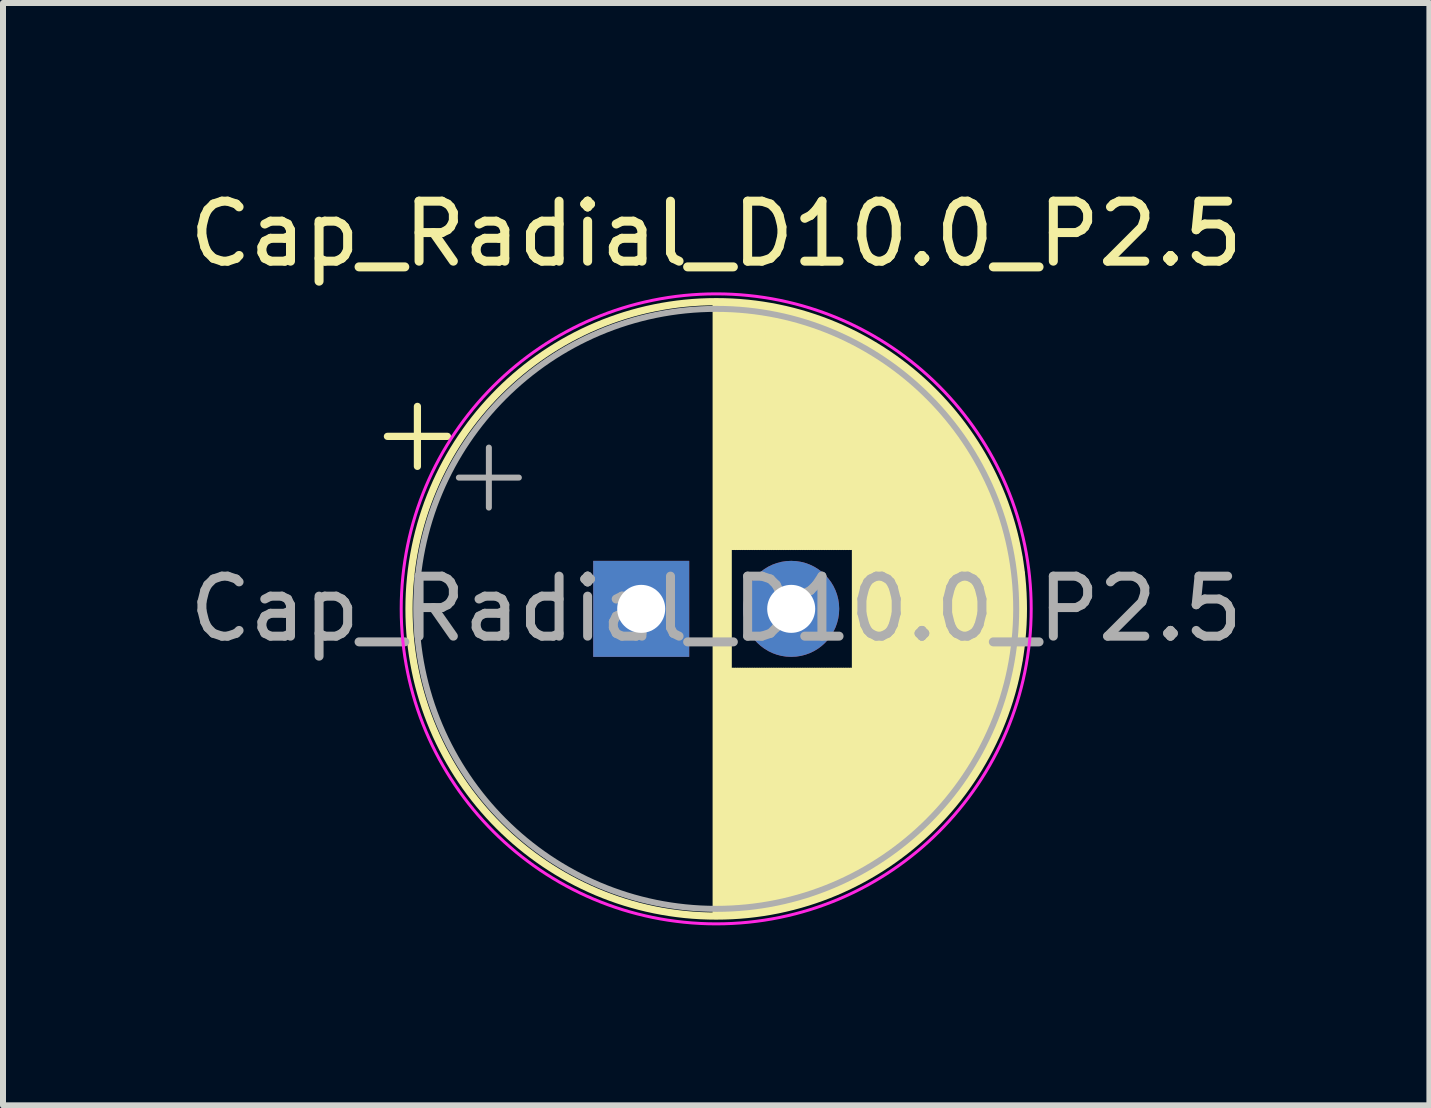
<source format=kicad_pcb>
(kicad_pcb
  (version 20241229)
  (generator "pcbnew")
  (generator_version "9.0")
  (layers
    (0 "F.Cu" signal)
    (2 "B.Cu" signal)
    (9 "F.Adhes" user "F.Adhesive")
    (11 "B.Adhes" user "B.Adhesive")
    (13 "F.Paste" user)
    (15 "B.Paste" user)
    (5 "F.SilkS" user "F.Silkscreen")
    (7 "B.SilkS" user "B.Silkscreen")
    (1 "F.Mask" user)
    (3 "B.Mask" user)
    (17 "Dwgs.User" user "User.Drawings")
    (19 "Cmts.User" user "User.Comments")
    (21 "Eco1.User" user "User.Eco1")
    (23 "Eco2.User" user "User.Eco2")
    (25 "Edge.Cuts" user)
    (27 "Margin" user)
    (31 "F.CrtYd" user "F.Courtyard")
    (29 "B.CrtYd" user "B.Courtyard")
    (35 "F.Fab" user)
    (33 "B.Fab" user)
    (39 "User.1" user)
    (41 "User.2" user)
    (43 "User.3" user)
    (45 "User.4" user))
  (footprint "Cap_Radial_D10.0_P2.5"
    (layer "F.Cu")
    (at 7.637 7.098)
    (property "Reference" "Cap_Radial_D10.0_P2.5" (at 1.25 -6.25 0) (layer "F.SilkS") (effects (font (size 1 1) (thickness 0.15))))
    (fp_line (start -4.23 -2.875) (end -3.23 -2.875) (stroke (width 0.12) (type solid)) (layer "F.SilkS"))
    (fp_line (start -3.73 -3.375) (end -3.73 -2.375) (stroke (width 0.12) (type solid)) (layer "F.SilkS"))
    (fp_line (start 1.25 -5.08) (end 1.25 5.08) (stroke (width 0.12) (type solid)) (layer "F.SilkS"))
    (fp_line (start 1.29 -5.08) (end 1.29 5.08) (stroke (width 0.12) (type solid)) (layer "F.SilkS"))
    (fp_line (start 1.33 -5.08) (end 1.33 5.08) (stroke (width 0.12) (type solid)) (layer "F.SilkS"))
    (fp_line (start 1.37 -5.079) (end 1.37 5.079) (stroke (width 0.12) (type solid)) (layer "F.SilkS"))
    (fp_line (start 1.41 -5.078) (end 1.41 5.078) (stroke (width 0.12) (type solid)) (layer "F.SilkS"))
    (fp_line (start 1.45 -5.077) (end 1.45 5.077) (stroke (width 0.12) (type solid)) (layer "F.SilkS"))
    (fp_line (start 1.49 -5.075) (end 1.49 -1.04) (stroke (width 0.12) (type solid)) (layer "F.SilkS"))
    (fp_line (start 1.49 1.04) (end 1.49 5.075) (stroke (width 0.12) (type solid)) (layer "F.SilkS"))
    (fp_line (start 1.53 -5.073) (end 1.53 -1.04) (stroke (width 0.12) (type solid)) (layer "F.SilkS"))
    (fp_line (start 1.53 1.04) (end 1.53 5.073) (stroke (width 0.12) (type solid)) (layer "F.SilkS"))
    (fp_line (start 1.57 -5.07) (end 1.57 -1.04) (stroke (width 0.12) (type solid)) (layer "F.SilkS"))
    (fp_line (start 1.57 1.04) (end 1.57 5.07) (stroke (width 0.12) (type solid)) (layer "F.SilkS"))
    (fp_line (start 1.61 -5.068) (end 1.61 -1.04) (stroke (width 0.12) (type solid)) (layer "F.SilkS"))
    (fp_line (start 1.61 1.04) (end 1.61 5.068) (stroke (width 0.12) (type solid)) (layer "F.SilkS"))
    (fp_line (start 1.65 -5.065) (end 1.65 -1.04) (stroke (width 0.12) (type solid)) (layer "F.SilkS"))
    (fp_line (start 1.65 1.04) (end 1.65 5.065) (stroke (width 0.12) (type solid)) (layer "F.SilkS"))
    (fp_line (start 1.69 -5.062) (end 1.69 -1.04) (stroke (width 0.12) (type solid)) (layer "F.SilkS"))
    (fp_line (start 1.69 1.04) (end 1.69 5.062) (stroke (width 0.12) (type solid)) (layer "F.SilkS"))
    (fp_line (start 1.73 -5.058) (end 1.73 -1.04) (stroke (width 0.12) (type solid)) (layer "F.SilkS"))
    (fp_line (start 1.73 1.04) (end 1.73 5.058) (stroke (width 0.12) (type solid)) (layer "F.SilkS"))
    (fp_line (start 1.77 -5.054) (end 1.77 -1.04) (stroke (width 0.12) (type solid)) (layer "F.SilkS"))
    (fp_line (start 1.77 1.04) (end 1.77 5.054) (stroke (width 0.12) (type solid)) (layer "F.SilkS"))
    (fp_line (start 1.81 -5.05) (end 1.81 -1.04) (stroke (width 0.12) (type solid)) (layer "F.SilkS"))
    (fp_line (start 1.81 1.04) (end 1.81 5.05) (stroke (width 0.12) (type solid)) (layer "F.SilkS"))
    (fp_line (start 1.85 -5.045) (end 1.85 -1.04) (stroke (width 0.12) (type solid)) (layer "F.SilkS"))
    (fp_line (start 1.85 1.04) (end 1.85 5.045) (stroke (width 0.12) (type solid)) (layer "F.SilkS"))
    (fp_line (start 1.89 -5.04) (end 1.89 -1.04) (stroke (width 0.12) (type solid)) (layer "F.SilkS"))
    (fp_line (start 1.89 1.04) (end 1.89 5.04) (stroke (width 0.12) (type solid)) (layer "F.SilkS"))
    (fp_line (start 1.93 -5.035) (end 1.93 -1.04) (stroke (width 0.12) (type solid)) (layer "F.SilkS"))
    (fp_line (start 1.93 1.04) (end 1.93 5.035) (stroke (width 0.12) (type solid)) (layer "F.SilkS"))
    (fp_line (start 1.971 -5.03) (end 1.971 -1.04) (stroke (width 0.12) (type solid)) (layer "F.SilkS"))
    (fp_line (start 1.971 1.04) (end 1.971 5.03) (stroke (width 0.12) (type solid)) (layer "F.SilkS"))
    (fp_line (start 2.011 -5.024) (end 2.011 -1.04) (stroke (width 0.12) (type solid)) (layer "F.SilkS"))
    (fp_line (start 2.011 1.04) (end 2.011 5.024) (stroke (width 0.12) (type solid)) (layer "F.SilkS"))
    (fp_line (start 2.051 -5.018) (end 2.051 -1.04) (stroke (width 0.12) (type solid)) (layer "F.SilkS"))
    (fp_line (start 2.051 1.04) (end 2.051 5.018) (stroke (width 0.12) (type solid)) (layer "F.SilkS"))
    (fp_line (start 2.091 -5.011) (end 2.091 -1.04) (stroke (width 0.12) (type solid)) (layer "F.SilkS"))
    (fp_line (start 2.091 1.04) (end 2.091 5.011) (stroke (width 0.12) (type solid)) (layer "F.SilkS"))
    (fp_line (start 2.131 -5.004) (end 2.131 -1.04) (stroke (width 0.12) (type solid)) (layer "F.SilkS"))
    (fp_line (start 2.131 1.04) (end 2.131 5.004) (stroke (width 0.12) (type solid)) (layer "F.SilkS"))
    (fp_line (start 2.171 -4.997) (end 2.171 -1.04) (stroke (width 0.12) (type solid)) (layer "F.SilkS"))
    (fp_line (start 2.171 1.04) (end 2.171 4.997) (stroke (width 0.12) (type solid)) (layer "F.SilkS"))
    (fp_line (start 2.211 -4.99) (end 2.211 -1.04) (stroke (width 0.12) (type solid)) (layer "F.SilkS"))
    (fp_line (start 2.211 1.04) (end 2.211 4.99) (stroke (width 0.12) (type solid)) (layer "F.SilkS"))
    (fp_line (start 2.251 -4.982) (end 2.251 -1.04) (stroke (width 0.12) (type solid)) (layer "F.SilkS"))
    (fp_line (start 2.251 1.04) (end 2.251 4.982) (stroke (width 0.12) (type solid)) (layer "F.SilkS"))
    (fp_line (start 2.291 -4.974) (end 2.291 -1.04) (stroke (width 0.12) (type solid)) (layer "F.SilkS"))
    (fp_line (start 2.291 1.04) (end 2.291 4.974) (stroke (width 0.12) (type solid)) (layer "F.SilkS"))
    (fp_line (start 2.331 -4.965) (end 2.331 -1.04) (stroke (width 0.12) (type solid)) (layer "F.SilkS"))
    (fp_line (start 2.331 1.04) (end 2.331 4.965) (stroke (width 0.12) (type solid)) (layer "F.SilkS"))
    (fp_line (start 2.371 -4.956) (end 2.371 -1.04) (stroke (width 0.12) (type solid)) (layer "F.SilkS"))
    (fp_line (start 2.371 1.04) (end 2.371 4.956) (stroke (width 0.12) (type solid)) (layer "F.SilkS"))
    (fp_line (start 2.411 -4.947) (end 2.411 -1.04) (stroke (width 0.12) (type solid)) (layer "F.SilkS"))
    (fp_line (start 2.411 1.04) (end 2.411 4.947) (stroke (width 0.12) (type solid)) (layer "F.SilkS"))
    (fp_line (start 2.451 -4.938) (end 2.451 -1.04) (stroke (width 0.12) (type solid)) (layer "F.SilkS"))
    (fp_line (start 2.451 1.04) (end 2.451 4.938) (stroke (width 0.12) (type solid)) (layer "F.SilkS"))
    (fp_line (start 2.491 -4.928) (end 2.491 -1.04) (stroke (width 0.12) (type solid)) (layer "F.SilkS"))
    (fp_line (start 2.491 1.04) (end 2.491 4.928) (stroke (width 0.12) (type solid)) (layer "F.SilkS"))
    (fp_line (start 2.531 -4.918) (end 2.531 -1.04) (stroke (width 0.12) (type solid)) (layer "F.SilkS"))
    (fp_line (start 2.531 1.04) (end 2.531 4.918) (stroke (width 0.12) (type solid)) (layer "F.SilkS"))
    (fp_line (start 2.571 -4.907) (end 2.571 -1.04) (stroke (width 0.12) (type solid)) (layer "F.SilkS"))
    (fp_line (start 2.571 1.04) (end 2.571 4.907) (stroke (width 0.12) (type solid)) (layer "F.SilkS"))
    (fp_line (start 2.611 -4.897) (end 2.611 -1.04) (stroke (width 0.12) (type solid)) (layer "F.SilkS"))
    (fp_line (start 2.611 1.04) (end 2.611 4.897) (stroke (width 0.12) (type solid)) (layer "F.SilkS"))
    (fp_line (start 2.651 -4.885) (end 2.651 -1.04) (stroke (width 0.12) (type solid)) (layer "F.SilkS"))
    (fp_line (start 2.651 1.04) (end 2.651 4.885) (stroke (width 0.12) (type solid)) (layer "F.SilkS"))
    (fp_line (start 2.691 -4.874) (end 2.691 -1.04) (stroke (width 0.12) (type solid)) (layer "F.SilkS"))
    (fp_line (start 2.691 1.04) (end 2.691 4.874) (stroke (width 0.12) (type solid)) (layer "F.SilkS"))
    (fp_line (start 2.731 -4.862) (end 2.731 -1.04) (stroke (width 0.12) (type solid)) (layer "F.SilkS"))
    (fp_line (start 2.731 1.04) (end 2.731 4.862) (stroke (width 0.12) (type solid)) (layer "F.SilkS"))
    (fp_line (start 2.771 -4.85) (end 2.771 -1.04) (stroke (width 0.12) (type solid)) (layer "F.SilkS"))
    (fp_line (start 2.771 1.04) (end 2.771 4.85) (stroke (width 0.12) (type solid)) (layer "F.SilkS"))
    (fp_line (start 2.811 -4.837) (end 2.811 -1.04) (stroke (width 0.12) (type solid)) (layer "F.SilkS"))
    (fp_line (start 2.811 1.04) (end 2.811 4.837) (stroke (width 0.12) (type solid)) (layer "F.SilkS"))
    (fp_line (start 2.851 -4.824) (end 2.851 -1.04) (stroke (width 0.12) (type solid)) (layer "F.SilkS"))
    (fp_line (start 2.851 1.04) (end 2.851 4.824) (stroke (width 0.12) (type solid)) (layer "F.SilkS"))
    (fp_line (start 2.891 -4.811) (end 2.891 -1.04) (stroke (width 0.12) (type solid)) (layer "F.SilkS"))
    (fp_line (start 2.891 1.04) (end 2.891 4.811) (stroke (width 0.12) (type solid)) (layer "F.SilkS"))
    (fp_line (start 2.931 -4.797) (end 2.931 -1.04) (stroke (width 0.12) (type solid)) (layer "F.SilkS"))
    (fp_line (start 2.931 1.04) (end 2.931 4.797) (stroke (width 0.12) (type solid)) (layer "F.SilkS"))
    (fp_line (start 2.971 -4.783) (end 2.971 -1.04) (stroke (width 0.12) (type solid)) (layer "F.SilkS"))
    (fp_line (start 2.971 1.04) (end 2.971 4.783) (stroke (width 0.12) (type solid)) (layer "F.SilkS"))
    (fp_line (start 3.011 -4.768) (end 3.011 -1.04) (stroke (width 0.12) (type solid)) (layer "F.SilkS"))
    (fp_line (start 3.011 1.04) (end 3.011 4.768) (stroke (width 0.12) (type solid)) (layer "F.SilkS"))
    (fp_line (start 3.051 -4.754) (end 3.051 -1.04) (stroke (width 0.12) (type solid)) (layer "F.SilkS"))
    (fp_line (start 3.051 1.04) (end 3.051 4.754) (stroke (width 0.12) (type solid)) (layer "F.SilkS"))
    (fp_line (start 3.091 -4.738) (end 3.091 -1.04) (stroke (width 0.12) (type solid)) (layer "F.SilkS"))
    (fp_line (start 3.091 1.04) (end 3.091 4.738) (stroke (width 0.12) (type solid)) (layer "F.SilkS"))
    (fp_line (start 3.131 -4.723) (end 3.131 -1.04) (stroke (width 0.12) (type solid)) (layer "F.SilkS"))
    (fp_line (start 3.131 1.04) (end 3.131 4.723) (stroke (width 0.12) (type solid)) (layer "F.SilkS"))
    (fp_line (start 3.171 -4.707) (end 3.171 -1.04) (stroke (width 0.12) (type solid)) (layer "F.SilkS"))
    (fp_line (start 3.171 1.04) (end 3.171 4.707) (stroke (width 0.12) (type solid)) (layer "F.SilkS"))
    (fp_line (start 3.211 -4.69) (end 3.211 -1.04) (stroke (width 0.12) (type solid)) (layer "F.SilkS"))
    (fp_line (start 3.211 1.04) (end 3.211 4.69) (stroke (width 0.12) (type solid)) (layer "F.SilkS"))
    (fp_line (start 3.251 -4.674) (end 3.251 -1.04) (stroke (width 0.12) (type solid)) (layer "F.SilkS"))
    (fp_line (start 3.251 1.04) (end 3.251 4.674) (stroke (width 0.12) (type solid)) (layer "F.SilkS"))
    (fp_line (start 3.291 -4.657) (end 3.291 -1.04) (stroke (width 0.12) (type solid)) (layer "F.SilkS"))
    (fp_line (start 3.291 1.04) (end 3.291 4.657) (stroke (width 0.12) (type solid)) (layer "F.SilkS"))
    (fp_line (start 3.331 -4.639) (end 3.331 -1.04) (stroke (width 0.12) (type solid)) (layer "F.SilkS"))
    (fp_line (start 3.331 1.04) (end 3.331 4.639) (stroke (width 0.12) (type solid)) (layer "F.SilkS"))
    (fp_line (start 3.371 -4.621) (end 3.371 -1.04) (stroke (width 0.12) (type solid)) (layer "F.SilkS"))
    (fp_line (start 3.371 1.04) (end 3.371 4.621) (stroke (width 0.12) (type solid)) (layer "F.SilkS"))
    (fp_line (start 3.411 -4.603) (end 3.411 -1.04) (stroke (width 0.12) (type solid)) (layer "F.SilkS"))
    (fp_line (start 3.411 1.04) (end 3.411 4.603) (stroke (width 0.12) (type solid)) (layer "F.SilkS"))
    (fp_line (start 3.451 -4.584) (end 3.451 -1.04) (stroke (width 0.12) (type solid)) (layer "F.SilkS"))
    (fp_line (start 3.451 1.04) (end 3.451 4.584) (stroke (width 0.12) (type solid)) (layer "F.SilkS"))
    (fp_line (start 3.491 -4.564) (end 3.491 -1.04) (stroke (width 0.12) (type solid)) (layer "F.SilkS"))
    (fp_line (start 3.491 1.04) (end 3.491 4.564) (stroke (width 0.12) (type solid)) (layer "F.SilkS"))
    (fp_line (start 3.531 -4.545) (end 3.531 -1.04) (stroke (width 0.12) (type solid)) (layer "F.SilkS"))
    (fp_line (start 3.531 1.04) (end 3.531 4.545) (stroke (width 0.12) (type solid)) (layer "F.SilkS"))
    (fp_line (start 3.571 -4.525) (end 3.571 4.525) (stroke (width 0.12) (type solid)) (layer "F.SilkS"))
    (fp_line (start 3.611 -4.504) (end 3.611 4.504) (stroke (width 0.12) (type solid)) (layer "F.SilkS"))
    (fp_line (start 3.651 -4.483) (end 3.651 4.483) (stroke (width 0.12) (type solid)) (layer "F.SilkS"))
    (fp_line (start 3.691 -4.462) (end 3.691 4.462) (stroke (width 0.12) (type solid)) (layer "F.SilkS"))
    (fp_line (start 3.731 -4.44) (end 3.731 4.44) (stroke (width 0.12) (type solid)) (layer "F.SilkS"))
    (fp_line (start 3.771 -4.417) (end 3.771 4.417) (stroke (width 0.12) (type solid)) (layer "F.SilkS"))
    (fp_line (start 3.811 -4.395) (end 3.811 4.395) (stroke (width 0.12) (type solid)) (layer "F.SilkS"))
    (fp_line (start 3.851 -4.371) (end 3.851 4.371) (stroke (width 0.12) (type solid)) (layer "F.SilkS"))
    (fp_line (start 3.891 -4.347) (end 3.891 4.347) (stroke (width 0.12) (type solid)) (layer "F.SilkS"))
    (fp_line (start 3.931 -4.323) (end 3.931 4.323) (stroke (width 0.12) (type solid)) (layer "F.SilkS"))
    (fp_line (start 3.971 -4.298) (end 3.971 4.298) (stroke (width 0.12) (type solid)) (layer "F.SilkS"))
    (fp_line (start 4.011 -4.273) (end 4.011 4.273) (stroke (width 0.12) (type solid)) (layer "F.SilkS"))
    (fp_line (start 4.051 -4.247) (end 4.051 4.247) (stroke (width 0.12) (type solid)) (layer "F.SilkS"))
    (fp_line (start 4.091 -4.221) (end 4.091 4.221) (stroke (width 0.12) (type solid)) (layer "F.SilkS"))
    (fp_line (start 4.131 -4.194) (end 4.131 4.194) (stroke (width 0.12) (type solid)) (layer "F.SilkS"))
    (fp_line (start 4.171 -4.166) (end 4.171 4.166) (stroke (width 0.12) (type solid)) (layer "F.SilkS"))
    (fp_line (start 4.211 -4.138) (end 4.211 4.138) (stroke (width 0.12) (type solid)) (layer "F.SilkS"))
    (fp_line (start 4.251 -4.11) (end 4.251 4.11) (stroke (width 0.12) (type solid)) (layer "F.SilkS"))
    (fp_line (start 4.291 -4.08) (end 4.291 4.08) (stroke (width 0.12) (type solid)) (layer "F.SilkS"))
    (fp_line (start 4.331 -4.05) (end 4.331 4.05) (stroke (width 0.12) (type solid)) (layer "F.SilkS"))
    (fp_line (start 4.371 -4.02) (end 4.371 4.02) (stroke (width 0.12) (type solid)) (layer "F.SilkS"))
    (fp_line (start 4.411 -3.989) (end 4.411 3.989) (stroke (width 0.12) (type solid)) (layer "F.SilkS"))
    (fp_line (start 4.451 -3.957) (end 4.451 3.957) (stroke (width 0.12) (type solid)) (layer "F.SilkS"))
    (fp_line (start 4.491 -3.925) (end 4.491 3.925) (stroke (width 0.12) (type solid)) (layer "F.SilkS"))
    (fp_line (start 4.531 -3.892) (end 4.531 3.892) (stroke (width 0.12) (type solid)) (layer "F.SilkS"))
    (fp_line (start 4.571 -3.858) (end 4.571 3.858) (stroke (width 0.12) (type solid)) (layer "F.SilkS"))
    (fp_line (start 4.611 -3.824) (end 4.611 3.824) (stroke (width 0.12) (type solid)) (layer "F.SilkS"))
    (fp_line (start 4.651 -3.789) (end 4.651 3.789) (stroke (width 0.12) (type solid)) (layer "F.SilkS"))
    (fp_line (start 4.691 -3.753) (end 4.691 3.753) (stroke (width 0.12) (type solid)) (layer "F.SilkS"))
    (fp_line (start 4.731 -3.716) (end 4.731 3.716) (stroke (width 0.12) (type solid)) (layer "F.SilkS"))
    (fp_line (start 4.771 -3.679) (end 4.771 3.679) (stroke (width 0.12) (type solid)) (layer "F.SilkS"))
    (fp_line (start 4.811 -3.64) (end 4.811 3.64) (stroke (width 0.12) (type solid)) (layer "F.SilkS"))
    (fp_line (start 4.851 -3.601) (end 4.851 3.601) (stroke (width 0.12) (type solid)) (layer "F.SilkS"))
    (fp_line (start 4.891 -3.561) (end 4.891 3.561) (stroke (width 0.12) (type solid)) (layer "F.SilkS"))
    (fp_line (start 4.931 -3.52) (end 4.931 3.52) (stroke (width 0.12) (type solid)) (layer "F.SilkS"))
    (fp_line (start 4.971 -3.478) (end 4.971 3.478) (stroke (width 0.12) (type solid)) (layer "F.SilkS"))
    (fp_line (start 5.011 -3.436) (end 5.011 3.436) (stroke (width 0.12) (type solid)) (layer "F.SilkS"))
    (fp_line (start 5.051 -3.392) (end 5.051 3.392) (stroke (width 0.12) (type solid)) (layer "F.SilkS"))
    (fp_line (start 5.091 -3.347) (end 5.091 3.347) (stroke (width 0.12) (type solid)) (layer "F.SilkS"))
    (fp_line (start 5.131 -3.301) (end 5.131 3.301) (stroke (width 0.12) (type solid)) (layer "F.SilkS"))
    (fp_line (start 5.171 -3.254) (end 5.171 3.254) (stroke (width 0.12) (type solid)) (layer "F.SilkS"))
    (fp_line (start 5.211 -3.206) (end 5.211 3.206) (stroke (width 0.12) (type solid)) (layer "F.SilkS"))
    (fp_line (start 5.251 -3.156) (end 5.251 3.156) (stroke (width 0.12) (type solid)) (layer "F.SilkS"))
    (fp_line (start 5.291 -3.106) (end 5.291 3.106) (stroke (width 0.12) (type solid)) (layer "F.SilkS"))
    (fp_line (start 5.331 -3.054) (end 5.331 3.054) (stroke (width 0.12) (type solid)) (layer "F.SilkS"))
    (fp_line (start 5.371 -3) (end 5.371 3) (stroke (width 0.12) (type solid)) (layer "F.SilkS"))
    (fp_line (start 5.411 -2.945) (end 5.411 2.945) (stroke (width 0.12) (type solid)) (layer "F.SilkS"))
    (fp_line (start 5.451 -2.889) (end 5.451 2.889) (stroke (width 0.12) (type solid)) (layer "F.SilkS"))
    (fp_line (start 5.491 -2.83) (end 5.491 2.83) (stroke (width 0.12) (type solid)) (layer "F.SilkS"))
    (fp_line (start 5.531 -2.77) (end 5.531 2.77) (stroke (width 0.12) (type solid)) (layer "F.SilkS"))
    (fp_line (start 5.571 -2.709) (end 5.571 2.709) (stroke (width 0.12) (type solid)) (layer "F.SilkS"))
    (fp_line (start 5.611 -2.645) (end 5.611 2.645) (stroke (width 0.12) (type solid)) (layer "F.SilkS"))
    (fp_line (start 5.651 -2.579) (end 5.651 2.579) (stroke (width 0.12) (type solid)) (layer "F.SilkS"))
    (fp_line (start 5.691 -2.51) (end 5.691 2.51) (stroke (width 0.12) (type solid)) (layer "F.SilkS"))
    (fp_line (start 5.731 -2.439) (end 5.731 2.439) (stroke (width 0.12) (type solid)) (layer "F.SilkS"))
    (fp_line (start 5.771 -2.365) (end 5.771 2.365) (stroke (width 0.12) (type solid)) (layer "F.SilkS"))
    (fp_line (start 5.811 -2.289) (end 5.811 2.289) (stroke (width 0.12) (type solid)) (layer "F.SilkS"))
    (fp_line (start 5.851 -2.209) (end 5.851 2.209) (stroke (width 0.12) (type solid)) (layer "F.SilkS"))
    (fp_line (start 5.891 -2.125) (end 5.891 2.125) (stroke (width 0.12) (type solid)) (layer "F.SilkS"))
    (fp_line (start 5.931 -2.037) (end 5.931 2.037) (stroke (width 0.12) (type solid)) (layer "F.SilkS"))
    (fp_line (start 5.971 -1.944) (end 5.971 1.944) (stroke (width 0.12) (type solid)) (layer "F.SilkS"))
    (fp_line (start 6.011 -1.846) (end 6.011 1.846) (stroke (width 0.12) (type solid)) (layer "F.SilkS"))
    (fp_line (start 6.051 -1.742) (end 6.051 1.742) (stroke (width 0.12) (type solid)) (layer "F.SilkS"))
    (fp_line (start 6.091 -1.63) (end 6.091 1.63) (stroke (width 0.12) (type solid)) (layer "F.SilkS"))
    (fp_line (start 6.131 -1.51) (end 6.131 1.51) (stroke (width 0.12) (type solid)) (layer "F.SilkS"))
    (fp_line (start 6.171 -1.378) (end 6.171 1.378) (stroke (width 0.12) (type solid)) (layer "F.SilkS"))
    (fp_line (start 6.211 -1.23) (end 6.211 1.23) (stroke (width 0.12) (type solid)) (layer "F.SilkS"))
    (fp_line (start 6.251 -1.062) (end 6.251 1.062) (stroke (width 0.12) (type solid)) (layer "F.SilkS"))
    (fp_line (start 6.291 -0.862) (end 6.291 0.862) (stroke (width 0.12) (type solid)) (layer "F.SilkS"))
    (fp_line (start 6.331 -0.599) (end 6.331 0.599) (stroke (width 0.12) (type solid)) (layer "F.SilkS"))
    (fp_circle (center 1.25 0) (end 6.37 0) (stroke (width 0.12) (type solid)) (fill no) (layer "F.SilkS"))
    (fp_circle (center 1.25 0) (end 6.5 0) (stroke (width 0.05) (type solid)) (fill no) (layer "F.CrtYd"))
    (fp_line (start -3.039 -2.188) (end -2.039 -2.188) (stroke (width 0.1) (type solid)) (layer "F.Fab"))
    (fp_line (start -2.539 -2.688) (end -2.539 -1.688) (stroke (width 0.1) (type solid)) (layer "F.Fab"))
    (fp_circle (center 1.25 0) (end 6.25 0) (stroke (width 0.1) (type solid)) (fill no) (layer "F.Fab"))
    (fp_text user "${REFERENCE}" (at 1.25 0 0) (layer "F.Fab") (effects (font (size 1 1) (thickness 0.15))))
    (pad "1" thru_hole rect (at 0 0) (size 1.6 1.6) (drill 0.8) (layers "*.Cu" "*.Mask"))
    (pad "2" thru_hole circle (at 2.5 0) (size 1.6 1.6) (drill 0.8) (layers "*.Cu" "*.Mask")))
  (gr_rect
    (start -3 -3)
    (end 20.774 15.373)
    (stroke (width 0.1) (type default))
    (fill no)
    (layer "Edge.Cuts")))
</source>
